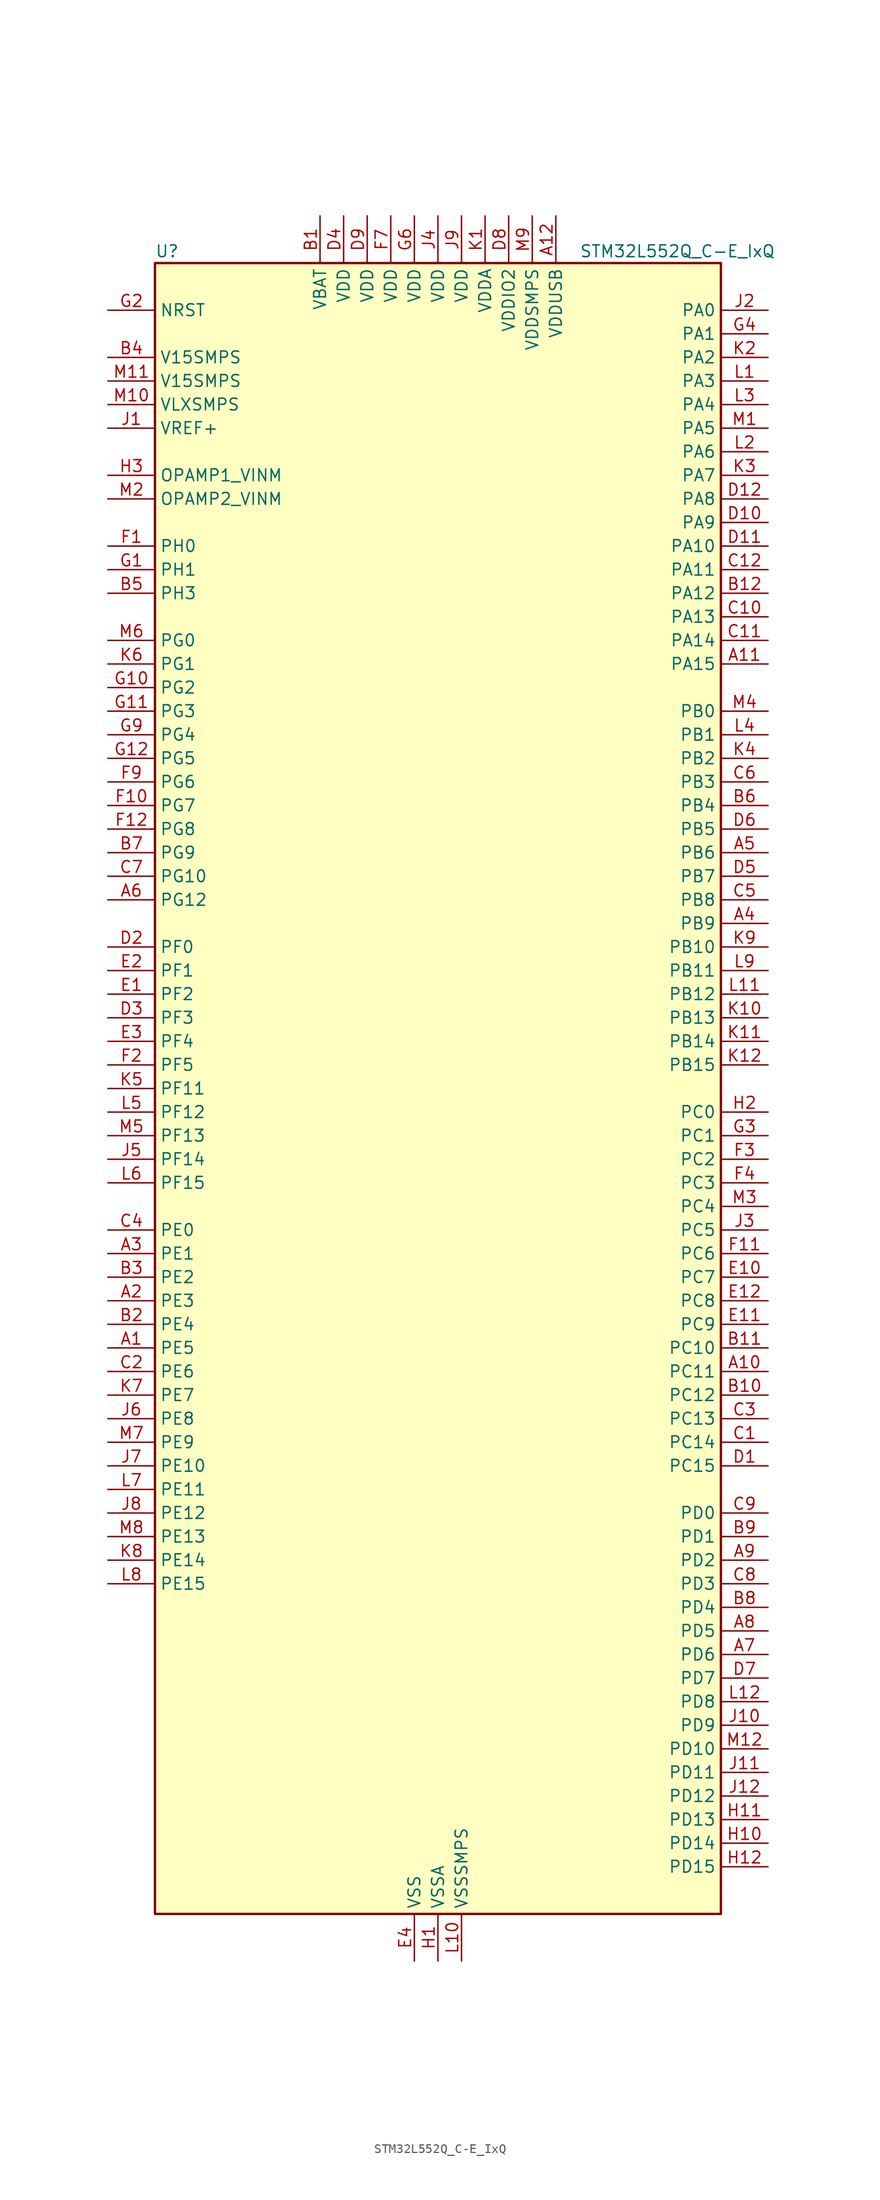
<source format=kicad_sym>
(kicad_symbol_lib
  (version 20241209)
  (generator "kicad_symbol_editor")
  (generator_version "9.0")
  (symbol "STM32L552Q_C-E_IxQ"
    (property "Reference" "U"
      (at -30.48 90.17 0)
      (effects (font (size 1.27 1.27)) (justify left)))
    (property "Value" "STM32L552Q_C-E_IxQ"
      (at 15.24 90.17 0)
      (effects (font (size 1.27 1.27)) (justify left)))
    (symbol "STM32L552Q_C-E_IxQ_0_1"
      (rectangle (start -30.48 -88.9) (end 30.48 88.9) (stroke (width 0.254) (type default)) (fill (type background))))
    (symbol "STM32L552Q_C-E_IxQ_1_1"
      (pin input line (at -35.56 83.82 0) (length 5.08) (name "NRST" (effects (font (size 1.27 1.27)))) (number "G2" (effects (font (size 1.27 1.27)))))
      (pin power_in line (at -35.56 78.74 0) (length 5.08) (name "V15SMPS" (effects (font (size 1.27 1.27)))) (number "B4" (effects (font (size 1.27 1.27)))))
      (pin power_in line (at -35.56 76.2 0) (length 5.08) (name "V15SMPS" (effects (font (size 1.27 1.27)))) (number "M11" (effects (font (size 1.27 1.27)))))
      (pin power_in line (at -35.56 73.66 0) (length 5.08) (name "VLXSMPS" (effects (font (size 1.27 1.27)))) (number "M10" (effects (font (size 1.27 1.27)))))
      (pin input line (at -35.56 71.12 0) (length 5.08) (name "VREF+" (effects (font (size 1.27 1.27)))) (number "J1" (effects (font (size 1.27 1.27)))) (alternate "VREFBUF_OUT" bidirectional line))
      (pin bidirectional line (at -35.56 66.04 0) (length 5.08) (name "OPAMP1_VINM" (effects (font (size 1.27 1.27)))) (number "H3" (effects (font (size 1.27 1.27)))) (alternate "OPAMP1_VINM" bidirectional line))
      (pin bidirectional line (at -35.56 63.5 0) (length 5.08) (name "OPAMP2_VINM" (effects (font (size 1.27 1.27)))) (number "M2" (effects (font (size 1.27 1.27)))) (alternate "OPAMP2_VINM" bidirectional line))
      (pin bidirectional line (at -35.56 58.42 0) (length 5.08) (name "PH0" (effects (font (size 1.27 1.27)))) (number "F1" (effects (font (size 1.27 1.27)))) (alternate "RCC_OSC_IN" bidirectional line))
      (pin bidirectional line (at -35.56 55.88 0) (length 5.08) (name "PH1" (effects (font (size 1.27 1.27)))) (number "G1" (effects (font (size 1.27 1.27)))) (alternate "RCC_OSC_OUT" bidirectional line))
      (pin bidirectional line (at -35.56 53.34 0) (length 5.08) (name "PH3" (effects (font (size 1.27 1.27)))) (number "B5" (effects (font (size 1.27 1.27)))))
      (pin bidirectional line (at -35.56 48.26 0) (length 5.08) (name "PG0" (effects (font (size 1.27 1.27)))) (number "M6" (effects (font (size 1.27 1.27)))) (alternate "FMC_A10" bidirectional line) (alternate "TSC_G8_IO3" bidirectional line))
      (pin bidirectional line (at -35.56 45.72 0) (length 5.08) (name "PG1" (effects (font (size 1.27 1.27)))) (number "K6" (effects (font (size 1.27 1.27)))) (alternate "FMC_A11" bidirectional line) (alternate "TSC_G8_IO4" bidirectional line))
      (pin bidirectional line (at -35.56 43.18 0) (length 5.08) (name "PG2" (effects (font (size 1.27 1.27)))) (number "G10" (effects (font (size 1.27 1.27)))) (alternate "FMC_A12" bidirectional line) (alternate "SAI2_SCK_B" bidirectional line) (alternate "SPI1_SCK" bidirectional line))
      (pin bidirectional line (at -35.56 40.64 0) (length 5.08) (name "PG3" (effects (font (size 1.27 1.27)))) (number "G11" (effects (font (size 1.27 1.27)))) (alternate "FMC_A13" bidirectional line) (alternate "SAI2_FS_B" bidirectional line) (alternate "SPI1_MISO" bidirectional line))
      (pin bidirectional line (at -35.56 38.1 0) (length 5.08) (name "PG4" (effects (font (size 1.27 1.27)))) (number "G9" (effects (font (size 1.27 1.27)))) (alternate "FMC_A14" bidirectional line) (alternate "SAI2_MCLK_B" bidirectional line) (alternate "SPI1_MOSI" bidirectional line))
      (pin bidirectional line (at -35.56 35.56 0) (length 5.08) (name "PG5" (effects (font (size 1.27 1.27)))) (number "G12" (effects (font (size 1.27 1.27)))) (alternate "FMC_A15" bidirectional line) (alternate "LPUART1_CTS" bidirectional line) (alternate "SAI2_SD_B" bidirectional line) (alternate "SPI1_NSS" bidirectional line))
      (pin bidirectional line (at -35.56 33.02 0) (length 5.08) (name "PG6" (effects (font (size 1.27 1.27)))) (number "F9" (effects (font (size 1.27 1.27)))) (alternate "I2C3_SMBA" bidirectional line) (alternate "LPUART1_DE" bidirectional line) (alternate "LPUART1_RTS" bidirectional line) (alternate "OCTOSPI1_DQS" bidirectional line) (alternate "UCPD1_FRSTX1" bidirectional line))
      (pin bidirectional line (at -35.56 30.48 0) (length 5.08) (name "PG7" (effects (font (size 1.27 1.27)))) (number "F10" (effects (font (size 1.27 1.27)))) (alternate "DFSDM1_CKOUT" bidirectional line) (alternate "FMC_INT" bidirectional line) (alternate "I2C3_SCL" bidirectional line) (alternate "LPUART1_TX" bidirectional line) (alternate "SAI1_CK1" bidirectional line) (alternate "SAI1_MCLK_A" bidirectional line) (alternate "UCPD1_FRSTX2" bidirectional line))
      (pin bidirectional line (at -35.56 27.94 0) (length 5.08) (name "PG8" (effects (font (size 1.27 1.27)))) (number "F12" (effects (font (size 1.27 1.27)))) (alternate "I2C3_SDA" bidirectional line) (alternate "LPUART1_RX" bidirectional line))
      (pin bidirectional line (at -35.56 25.4 0) (length 5.08) (name "PG9" (effects (font (size 1.27 1.27)))) (number "B7" (effects (font (size 1.27 1.27)))) (alternate "DAC1_EXTI9" bidirectional line) (alternate "FMC_NCE" bidirectional line) (alternate "FMC_NE2" bidirectional line) (alternate "SAI2_SCK_A" bidirectional line) (alternate "SPI3_SCK" bidirectional line) (alternate "TIM15_CH1N" bidirectional line) (alternate "USART1_TX" bidirectional line))
      (pin bidirectional line (at -35.56 22.86 0) (length 5.08) (name "PG10" (effects (font (size 1.27 1.27)))) (number "C7" (effects (font (size 1.27 1.27)))) (alternate "FMC_NE3" bidirectional line) (alternate "LPTIM1_IN1" bidirectional line) (alternate "SAI2_FS_A" bidirectional line) (alternate "SPI3_MISO" bidirectional line) (alternate "TIM15_CH1" bidirectional line) (alternate "USART1_RX" bidirectional line))
      (pin bidirectional line (at -35.56 20.32 0) (length 5.08) (name "PG12" (effects (font (size 1.27 1.27)))) (number "A6" (effects (font (size 1.27 1.27)))) (alternate "FMC_NE4" bidirectional line) (alternate "LPTIM1_ETR" bidirectional line) (alternate "SAI2_SD_A" bidirectional line) (alternate "SPI3_NSS" bidirectional line) (alternate "USART1_DE" bidirectional line) (alternate "USART1_RTS" bidirectional line))
      (pin bidirectional line (at -35.56 15.24 0) (length 5.08) (name "PF0" (effects (font (size 1.27 1.27)))) (number "D2" (effects (font (size 1.27 1.27)))) (alternate "FMC_A0" bidirectional line) (alternate "I2C2_SDA" bidirectional line))
      (pin bidirectional line (at -35.56 12.7 0) (length 5.08) (name "PF1" (effects (font (size 1.27 1.27)))) (number "E2" (effects (font (size 1.27 1.27)))) (alternate "FMC_A1" bidirectional line) (alternate "I2C2_SCL" bidirectional line))
      (pin bidirectional line (at -35.56 10.16 0) (length 5.08) (name "PF2" (effects (font (size 1.27 1.27)))) (number "E1" (effects (font (size 1.27 1.27)))) (alternate "FMC_A2" bidirectional line) (alternate "I2C2_SMBA" bidirectional line))
      (pin bidirectional line (at -35.56 7.62 0) (length 5.08) (name "PF3" (effects (font (size 1.27 1.27)))) (number "D3" (effects (font (size 1.27 1.27)))) (alternate "FMC_A3" bidirectional line) (alternate "LPTIM3_IN1" bidirectional line))
      (pin bidirectional line (at -35.56 5.08 0) (length 5.08) (name "PF4" (effects (font (size 1.27 1.27)))) (number "E3" (effects (font (size 1.27 1.27)))) (alternate "FMC_A4" bidirectional line) (alternate "LPTIM3_ETR" bidirectional line))
      (pin bidirectional line (at -35.56 2.54 0) (length 5.08) (name "PF5" (effects (font (size 1.27 1.27)))) (number "F2" (effects (font (size 1.27 1.27)))) (alternate "FMC_A5" bidirectional line) (alternate "LPTIM3_OUT" bidirectional line))
      (pin bidirectional line (at -35.56 0 0) (length 5.08) (name "PF11" (effects (font (size 1.27 1.27)))) (number "K5" (effects (font (size 1.27 1.27)))) (alternate "ADC1_EXTI11" bidirectional line) (alternate "ADC2_EXTI11" bidirectional line) (alternate "OCTOSPI1_NCLK" bidirectional line))
      (pin bidirectional line (at -35.56 -2.54 0) (length 5.08) (name "PF12" (effects (font (size 1.27 1.27)))) (number "L5" (effects (font (size 1.27 1.27)))) (alternate "FMC_A6" bidirectional line))
      (pin bidirectional line (at -35.56 -5.08 0) (length 5.08) (name "PF13" (effects (font (size 1.27 1.27)))) (number "M5" (effects (font (size 1.27 1.27)))) (alternate "FMC_A7" bidirectional line) (alternate "I2C4_SMBA" bidirectional line))
      (pin bidirectional line (at -35.56 -7.62 0) (length 5.08) (name "PF14" (effects (font (size 1.27 1.27)))) (number "J5" (effects (font (size 1.27 1.27)))) (alternate "FMC_A8" bidirectional line) (alternate "I2C4_SCL" bidirectional line) (alternate "TSC_G8_IO1" bidirectional line))
      (pin bidirectional line (at -35.56 -10.16 0) (length 5.08) (name "PF15" (effects (font (size 1.27 1.27)))) (number "L6" (effects (font (size 1.27 1.27)))) (alternate "ADC1_EXTI15" bidirectional line) (alternate "ADC2_EXTI15" bidirectional line) (alternate "FMC_A9" bidirectional line) (alternate "I2C4_SDA" bidirectional line) (alternate "TSC_G8_IO2" bidirectional line))
      (pin bidirectional line (at -35.56 -15.24 0) (length 5.08) (name "PE0" (effects (font (size 1.27 1.27)))) (number "C4" (effects (font (size 1.27 1.27)))) (alternate "FMC_NBL0" bidirectional line) (alternate "TIM16_CH1" bidirectional line) (alternate "TIM4_ETR" bidirectional line))
      (pin bidirectional line (at -35.56 -17.78 0) (length 5.08) (name "PE1" (effects (font (size 1.27 1.27)))) (number "A3" (effects (font (size 1.27 1.27)))) (alternate "FMC_NBL1" bidirectional line) (alternate "TIM17_CH1" bidirectional line))
      (pin bidirectional line (at -35.56 -20.32 0) (length 5.08) (name "PE2" (effects (font (size 1.27 1.27)))) (number "B3" (effects (font (size 1.27 1.27)))) (alternate "DEBUG_TRACECLK" bidirectional line) (alternate "FMC_A23" bidirectional line) (alternate "SAI1_CK1" bidirectional line) (alternate "SAI1_MCLK_A" bidirectional line) (alternate "TIM3_ETR" bidirectional line) (alternate "TSC_G7_IO1" bidirectional line))
      (pin bidirectional line (at -35.56 -22.86 0) (length 5.08) (name "PE3" (effects (font (size 1.27 1.27)))) (number "A2" (effects (font (size 1.27 1.27)))) (alternate "DEBUG_TRACED0" bidirectional line) (alternate "FMC_A19" bidirectional line) (alternate "OCTOSPI1_DQS" bidirectional line) (alternate "SAI1_SD_B" bidirectional line) (alternate "TIM3_CH1" bidirectional line) (alternate "TSC_G7_IO2" bidirectional line))
      (pin bidirectional line (at -35.56 -25.4 0) (length 5.08) (name "PE4" (effects (font (size 1.27 1.27)))) (number "B2" (effects (font (size 1.27 1.27)))) (alternate "DEBUG_TRACED1" bidirectional line) (alternate "DFSDM1_DATIN3" bidirectional line) (alternate "FMC_A20" bidirectional line) (alternate "SAI1_D2" bidirectional line) (alternate "SAI1_FS_A" bidirectional line) (alternate "TIM3_CH2" bidirectional line) (alternate "TSC_G7_IO3" bidirectional line))
      (pin bidirectional line (at -35.56 -27.94 0) (length 5.08) (name "PE5" (effects (font (size 1.27 1.27)))) (number "A1" (effects (font (size 1.27 1.27)))) (alternate "DEBUG_TRACED2" bidirectional line) (alternate "DFSDM1_CKIN3" bidirectional line) (alternate "FMC_A21" bidirectional line) (alternate "SAI1_CK2" bidirectional line) (alternate "SAI1_SCK_A" bidirectional line) (alternate "TIM3_CH3" bidirectional line) (alternate "TSC_G7_IO4" bidirectional line))
      (pin bidirectional line (at -35.56 -30.48 0) (length 5.08) (name "PE6" (effects (font (size 1.27 1.27)))) (number "C2" (effects (font (size 1.27 1.27)))) (alternate "DEBUG_TRACED3" bidirectional line) (alternate "FMC_A22" bidirectional line) (alternate "PWR_WKUP3" bidirectional line) (alternate "SAI1_D1" bidirectional line) (alternate "SAI1_SD_A" bidirectional line) (alternate "TAMP_IN3" bidirectional line) (alternate "TAMP_OUT6" bidirectional line) (alternate "TIM3_CH4" bidirectional line))
      (pin bidirectional line (at -35.56 -33.02 0) (length 5.08) (name "PE7" (effects (font (size 1.27 1.27)))) (number "K7" (effects (font (size 1.27 1.27)))) (alternate "DFSDM1_DATIN2" bidirectional line) (alternate "FMC_D4" bidirectional line) (alternate "FMC_DA4" bidirectional line) (alternate "SAI1_SD_B" bidirectional line) (alternate "TIM1_ETR" bidirectional line))
      (pin bidirectional line (at -35.56 -35.56 0) (length 5.08) (name "PE8" (effects (font (size 1.27 1.27)))) (number "J6" (effects (font (size 1.27 1.27)))) (alternate "DFSDM1_CKIN2" bidirectional line) (alternate "FMC_D5" bidirectional line) (alternate "FMC_DA5" bidirectional line) (alternate "SAI1_SCK_B" bidirectional line) (alternate "TIM1_CH1N" bidirectional line))
      (pin bidirectional line (at -35.56 -38.1 0) (length 5.08) (name "PE9" (effects (font (size 1.27 1.27)))) (number "M7" (effects (font (size 1.27 1.27)))) (alternate "DAC1_EXTI9" bidirectional line) (alternate "DFSDM1_CKOUT" bidirectional line) (alternate "FMC_D6" bidirectional line) (alternate "FMC_DA6" bidirectional line) (alternate "OCTOSPI1_NCLK" bidirectional line) (alternate "SAI1_FS_B" bidirectional line) (alternate "TIM1_CH1" bidirectional line))
      (pin bidirectional line (at -35.56 -40.64 0) (length 5.08) (name "PE10" (effects (font (size 1.27 1.27)))) (number "J7" (effects (font (size 1.27 1.27)))) (alternate "FMC_D7" bidirectional line) (alternate "FMC_DA7" bidirectional line) (alternate "OCTOSPI1_CLK" bidirectional line) (alternate "SAI1_MCLK_B" bidirectional line) (alternate "TIM1_CH2N" bidirectional line) (alternate "TSC_G5_IO1" bidirectional line))
      (pin bidirectional line (at -35.56 -43.18 0) (length 5.08) (name "PE11" (effects (font (size 1.27 1.27)))) (number "L7" (effects (font (size 1.27 1.27)))) (alternate "ADC1_EXTI11" bidirectional line) (alternate "ADC2_EXTI11" bidirectional line) (alternate "FMC_D8" bidirectional line) (alternate "FMC_DA8" bidirectional line) (alternate "OCTOSPI1_NCS" bidirectional line) (alternate "TIM1_CH2" bidirectional line) (alternate "TSC_G5_IO2" bidirectional line))
      (pin bidirectional line (at -35.56 -45.72 0) (length 5.08) (name "PE12" (effects (font (size 1.27 1.27)))) (number "J8" (effects (font (size 1.27 1.27)))) (alternate "FMC_D9" bidirectional line) (alternate "FMC_DA9" bidirectional line) (alternate "OCTOSPI1_IO0" bidirectional line) (alternate "SPI1_NSS" bidirectional line) (alternate "TIM1_CH3N" bidirectional line) (alternate "TSC_G5_IO3" bidirectional line))
      (pin bidirectional line (at -35.56 -48.26 0) (length 5.08) (name "PE13" (effects (font (size 1.27 1.27)))) (number "M8" (effects (font (size 1.27 1.27)))) (alternate "FMC_D10" bidirectional line) (alternate "FMC_DA10" bidirectional line) (alternate "OCTOSPI1_IO1" bidirectional line) (alternate "SPI1_SCK" bidirectional line) (alternate "TIM1_CH3" bidirectional line) (alternate "TSC_G5_IO4" bidirectional line))
      (pin bidirectional line (at -35.56 -50.8 0) (length 5.08) (name "PE14" (effects (font (size 1.27 1.27)))) (number "K8" (effects (font (size 1.27 1.27)))) (alternate "FMC_D11" bidirectional line) (alternate "FMC_DA11" bidirectional line) (alternate "OCTOSPI1_IO2" bidirectional line) (alternate "SPI1_MISO" bidirectional line) (alternate "TIM1_BKIN2" bidirectional line) (alternate "TIM1_CH4" bidirectional line))
      (pin bidirectional line (at -35.56 -53.34 0) (length 5.08) (name "PE15" (effects (font (size 1.27 1.27)))) (number "L8" (effects (font (size 1.27 1.27)))) (alternate "ADC1_EXTI15" bidirectional line) (alternate "ADC2_EXTI15" bidirectional line) (alternate "FMC_D12" bidirectional line) (alternate "FMC_DA12" bidirectional line) (alternate "OCTOSPI1_IO3" bidirectional line) (alternate "SPI1_MOSI" bidirectional line) (alternate "TIM1_BKIN" bidirectional line))
      (pin power_in line (at -12.7 93.98 270) (length 5.08) (name "VBAT" (effects (font (size 1.27 1.27)))) (number "B1" (effects (font (size 1.27 1.27)))))
      (pin power_in line (at -10.16 93.98 270) (length 5.08) (name "VDD" (effects (font (size 1.27 1.27)))) (number "D4" (effects (font (size 1.27 1.27)))))
      (pin power_in line (at -7.62 93.98 270) (length 5.08) (name "VDD" (effects (font (size 1.27 1.27)))) (number "D9" (effects (font (size 1.27 1.27)))))
      (pin power_in line (at -5.08 93.98 270) (length 5.08) (name "VDD" (effects (font (size 1.27 1.27)))) (number "F7" (effects (font (size 1.27 1.27)))))
      (pin power_in line (at -2.54 93.98 270) (length 5.08) (name "VDD" (effects (font (size 1.27 1.27)))) (number "G6" (effects (font (size 1.27 1.27)))))
      (pin power_in line (at -2.54 -93.98 90) (length 5.08) (name "VSS" (effects (font (size 1.27 1.27)))) (number "E4" (effects (font (size 1.27 1.27)))))
      (pin passive line (at -2.54 -93.98 90) (length 5.08) (hide yes) (name "VSS" (effects (font (size 1.27 1.27)))) (number "E9" (effects (font (size 1.27 1.27)))))
      (pin passive line (at -2.54 -93.98 90) (length 5.08) (hide yes) (name "VSS" (effects (font (size 1.27 1.27)))) (number "F6" (effects (font (size 1.27 1.27)))))
      (pin passive line (at -2.54 -93.98 90) (length 5.08) (hide yes) (name "VSS" (effects (font (size 1.27 1.27)))) (number "G7" (effects (font (size 1.27 1.27)))))
      (pin passive line (at -2.54 -93.98 90) (length 5.08) (hide yes) (name "VSS" (effects (font (size 1.27 1.27)))) (number "H4" (effects (font (size 1.27 1.27)))))
      (pin passive line (at -2.54 -93.98 90) (length 5.08) (hide yes) (name "VSS" (effects (font (size 1.27 1.27)))) (number "H9" (effects (font (size 1.27 1.27)))))
      (pin power_in line (at 0 93.98 270) (length 5.08) (name "VDD" (effects (font (size 1.27 1.27)))) (number "J4" (effects (font (size 1.27 1.27)))))
      (pin power_in line (at 0 -93.98 90) (length 5.08) (name "VSSA" (effects (font (size 1.27 1.27)))) (number "H1" (effects (font (size 1.27 1.27)))))
      (pin power_in line (at 2.54 93.98 270) (length 5.08) (name "VDD" (effects (font (size 1.27 1.27)))) (number "J9" (effects (font (size 1.27 1.27)))))
      (pin power_in line (at 2.54 -93.98 90) (length 5.08) (name "VSSSMPS" (effects (font (size 1.27 1.27)))) (number "L10" (effects (font (size 1.27 1.27)))))
      (pin power_in line (at 5.08 93.98 270) (length 5.08) (name "VDDA" (effects (font (size 1.27 1.27)))) (number "K1" (effects (font (size 1.27 1.27)))))
      (pin power_in line (at 7.62 93.98 270) (length 5.08) (name "VDDIO2" (effects (font (size 1.27 1.27)))) (number "D8" (effects (font (size 1.27 1.27)))))
      (pin power_in line (at 10.16 93.98 270) (length 5.08) (name "VDDSMPS" (effects (font (size 1.27 1.27)))) (number "M9" (effects (font (size 1.27 1.27)))))
      (pin power_in line (at 12.7 93.98 270) (length 5.08) (name "VDDUSB" (effects (font (size 1.27 1.27)))) (number "A12" (effects (font (size 1.27 1.27)))))
      (pin bidirectional line (at 35.56 83.82 180) (length 5.08) (name "PA0" (effects (font (size 1.27 1.27)))) (number "J2" (effects (font (size 1.27 1.27)))) (alternate "ADC1_IN5" bidirectional line) (alternate "ADC2_IN5" bidirectional line) (alternate "OPAMP1_VINP" bidirectional line) (alternate "PWR_WKUP1" bidirectional line) (alternate "SAI1_EXTCLK" bidirectional line) (alternate "TAMP_IN2" bidirectional line) (alternate "TAMP_OUT1" bidirectional line) (alternate "TIM2_CH1" bidirectional line) (alternate "TIM2_ETR" bidirectional line) (alternate "TIM5_CH1" bidirectional line) (alternate "TIM8_ETR" bidirectional line) (alternate "UART4_TX" bidirectional line) (alternate "USART2_CTS" bidirectional line) (alternate "USART2_NSS" bidirectional line))
      (pin bidirectional line (at 35.56 81.28 180) (length 5.08) (name "PA1" (effects (font (size 1.27 1.27)))) (number "G4" (effects (font (size 1.27 1.27)))) (alternate "ADC1_IN6" bidirectional line) (alternate "ADC2_IN6" bidirectional line) (alternate "I2C1_SMBA" bidirectional line) (alternate "OCTOSPI1_DQS" bidirectional line) (alternate "OPAMP1_VINM" bidirectional line) (alternate "SPI1_SCK" bidirectional line) (alternate "TAMP_IN5" bidirectional line) (alternate "TAMP_OUT4" bidirectional line) (alternate "TIM15_CH1N" bidirectional line) (alternate "TIM2_CH2" bidirectional line) (alternate "TIM5_CH2" bidirectional line) (alternate "UART4_RX" bidirectional line) (alternate "USART2_DE" bidirectional line) (alternate "USART2_RTS" bidirectional line))
      (pin bidirectional line (at 35.56 78.74 180) (length 5.08) (name "PA2" (effects (font (size 1.27 1.27)))) (number "K2" (effects (font (size 1.27 1.27)))) (alternate "ADC1_IN7" bidirectional line) (alternate "ADC2_IN7" bidirectional line) (alternate "COMP1_INP" bidirectional line) (alternate "LPUART1_TX" bidirectional line) (alternate "OCTOSPI1_NCS" bidirectional line) (alternate "PWR_WKUP4" bidirectional line) (alternate "RCC_LSCO" bidirectional line) (alternate "SAI2_EXTCLK" bidirectional line) (alternate "TIM15_CH1" bidirectional line) (alternate "TIM2_CH3" bidirectional line) (alternate "TIM5_CH3" bidirectional line) (alternate "UCPD1_FRSTX1" bidirectional line) (alternate "USART2_TX" bidirectional line))
      (pin bidirectional line (at 35.56 76.2 180) (length 5.08) (name "PA3" (effects (font (size 1.27 1.27)))) (number "L1" (effects (font (size 1.27 1.27)))) (alternate "ADC1_IN8" bidirectional line) (alternate "ADC2_IN8" bidirectional line) (alternate "LPUART1_RX" bidirectional line) (alternate "OCTOSPI1_CLK" bidirectional line) (alternate "OPAMP1_VOUT" bidirectional line) (alternate "SAI1_CK1" bidirectional line) (alternate "SAI1_MCLK_A" bidirectional line) (alternate "TIM15_CH2" bidirectional line) (alternate "TIM2_CH4" bidirectional line) (alternate "TIM5_CH4" bidirectional line) (alternate "USART2_RX" bidirectional line))
      (pin bidirectional line (at 35.56 73.66 180) (length 5.08) (name "PA4" (effects (font (size 1.27 1.27)))) (number "L3" (effects (font (size 1.27 1.27)))) (alternate "ADC1_IN9" bidirectional line) (alternate "ADC2_IN9" bidirectional line) (alternate "DAC1_OUT1" bidirectional line) (alternate "LPTIM2_OUT" bidirectional line) (alternate "OCTOSPI1_NCS" bidirectional line) (alternate "SAI1_FS_B" bidirectional line) (alternate "SPI1_NSS" bidirectional line) (alternate "SPI3_NSS" bidirectional line) (alternate "USART2_CK" bidirectional line))
      (pin bidirectional line (at 35.56 71.12 180) (length 5.08) (name "PA5" (effects (font (size 1.27 1.27)))) (number "M1" (effects (font (size 1.27 1.27)))) (alternate "ADC1_IN10" bidirectional line) (alternate "ADC2_IN10" bidirectional line) (alternate "DAC1_OUT2" bidirectional line) (alternate "LPTIM2_ETR" bidirectional line) (alternate "SPI1_SCK" bidirectional line) (alternate "TIM2_CH1" bidirectional line) (alternate "TIM2_ETR" bidirectional line) (alternate "TIM8_CH1N" bidirectional line))
      (pin bidirectional line (at 35.56 68.58 180) (length 5.08) (name "PA6" (effects (font (size 1.27 1.27)))) (number "L2" (effects (font (size 1.27 1.27)))) (alternate "ADC1_IN11" bidirectional line) (alternate "ADC2_IN11" bidirectional line) (alternate "LPUART1_CTS" bidirectional line) (alternate "OCTOSPI1_IO3" bidirectional line) (alternate "OPAMP2_VINP" bidirectional line) (alternate "SPI1_MISO" bidirectional line) (alternate "TIM16_CH1" bidirectional line) (alternate "TIM1_BKIN" bidirectional line) (alternate "TIM3_CH1" bidirectional line) (alternate "TIM8_BKIN" bidirectional line) (alternate "USART3_CTS" bidirectional line) (alternate "USART3_NSS" bidirectional line))
      (pin bidirectional line (at 35.56 66.04 180) (length 5.08) (name "PA7" (effects (font (size 1.27 1.27)))) (number "K3" (effects (font (size 1.27 1.27)))) (alternate "ADC1_IN12" bidirectional line) (alternate "ADC2_IN12" bidirectional line) (alternate "I2C3_SCL" bidirectional line) (alternate "OCTOSPI1_IO2" bidirectional line) (alternate "OPAMP2_VINM" bidirectional line) (alternate "SPI1_MOSI" bidirectional line) (alternate "TIM17_CH1" bidirectional line) (alternate "TIM1_CH1N" bidirectional line) (alternate "TIM3_CH2" bidirectional line) (alternate "TIM8_CH1N" bidirectional line))
      (pin bidirectional line (at 35.56 63.5 180) (length 5.08) (name "PA8" (effects (font (size 1.27 1.27)))) (number "D12" (effects (font (size 1.27 1.27)))) (alternate "LPTIM2_OUT" bidirectional line) (alternate "RCC_MCO" bidirectional line) (alternate "SAI1_CK2" bidirectional line) (alternate "SAI1_SCK_A" bidirectional line) (alternate "TIM1_CH1" bidirectional line) (alternate "USART1_CK" bidirectional line))
      (pin bidirectional line (at 35.56 60.96 180) (length 5.08) (name "PA9" (effects (font (size 1.27 1.27)))) (number "D10" (effects (font (size 1.27 1.27)))) (alternate "DAC1_EXTI9" bidirectional line) (alternate "SAI1_FS_A" bidirectional line) (alternate "SPI2_SCK" bidirectional line) (alternate "TIM15_BKIN" bidirectional line) (alternate "TIM1_CH2" bidirectional line) (alternate "USART1_TX" bidirectional line))
      (pin bidirectional line (at 35.56 58.42 180) (length 5.08) (name "PA10" (effects (font (size 1.27 1.27)))) (number "D11" (effects (font (size 1.27 1.27)))) (alternate "CRS_SYNC" bidirectional line) (alternate "SAI1_D1" bidirectional line) (alternate "SAI1_SD_A" bidirectional line) (alternate "TIM17_BKIN" bidirectional line) (alternate "TIM1_CH3" bidirectional line) (alternate "USART1_RX" bidirectional line))
      (pin bidirectional line (at 35.56 55.88 180) (length 5.08) (name "PA11" (effects (font (size 1.27 1.27)))) (number "C12" (effects (font (size 1.27 1.27)))) (alternate "ADC1_EXTI11" bidirectional line) (alternate "ADC2_EXTI11" bidirectional line) (alternate "FDCAN1_RX" bidirectional line) (alternate "SPI1_MISO" bidirectional line) (alternate "TIM1_BKIN2" bidirectional line) (alternate "TIM1_CH4" bidirectional line) (alternate "USART1_CTS" bidirectional line) (alternate "USART1_NSS" bidirectional line) (alternate "USB_DM" bidirectional line))
      (pin bidirectional line (at 35.56 53.34 180) (length 5.08) (name "PA12" (effects (font (size 1.27 1.27)))) (number "B12" (effects (font (size 1.27 1.27)))) (alternate "FDCAN1_TX" bidirectional line) (alternate "SPI1_MOSI" bidirectional line) (alternate "TIM1_ETR" bidirectional line) (alternate "USART1_DE" bidirectional line) (alternate "USART1_RTS" bidirectional line) (alternate "USB_DP" bidirectional line))
      (pin bidirectional line (at 35.56 50.8 180) (length 5.08) (name "PA13" (effects (font (size 1.27 1.27)))) (number "C10" (effects (font (size 1.27 1.27)))) (alternate "DEBUG_JTMS-SWDIO" bidirectional line) (alternate "IR_OUT" bidirectional line) (alternate "SAI1_SD_B" bidirectional line) (alternate "USB_NOE" bidirectional line))
      (pin bidirectional line (at 35.56 48.26 180) (length 5.08) (name "PA14" (effects (font (size 1.27 1.27)))) (number "C11" (effects (font (size 1.27 1.27)))) (alternate "DEBUG_JTCK-SWCLK" bidirectional line) (alternate "I2C1_SMBA" bidirectional line) (alternate "I2C4_SMBA" bidirectional line) (alternate "LPTIM1_OUT" bidirectional line) (alternate "SAI1_FS_B" bidirectional line))
      (pin bidirectional line (at 35.56 45.72 180) (length 5.08) (name "PA15" (effects (font (size 1.27 1.27)))) (number "A11" (effects (font (size 1.27 1.27)))) (alternate "ADC1_EXTI15" bidirectional line) (alternate "ADC2_EXTI15" bidirectional line) (alternate "DEBUG_JTDI" bidirectional line) (alternate "SAI2_FS_B" bidirectional line) (alternate "SPI1_NSS" bidirectional line) (alternate "SPI3_NSS" bidirectional line) (alternate "TIM2_CH1" bidirectional line) (alternate "TIM2_ETR" bidirectional line) (alternate "UART4_DE" bidirectional line) (alternate "UART4_RTS" bidirectional line) (alternate "UCPD1_CC1" bidirectional line) (alternate "USART2_RX" bidirectional line) (alternate "USART3_DE" bidirectional line) (alternate "USART3_RTS" bidirectional line))
      (pin bidirectional line (at 35.56 40.64 180) (length 5.08) (name "PB0" (effects (font (size 1.27 1.27)))) (number "M4" (effects (font (size 1.27 1.27)))) (alternate "ADC1_IN15" bidirectional line) (alternate "ADC2_IN15" bidirectional line) (alternate "COMP1_OUT" bidirectional line) (alternate "OCTOSPI1_IO1" bidirectional line) (alternate "OPAMP2_VOUT" bidirectional line) (alternate "SAI1_EXTCLK" bidirectional line) (alternate "SPI1_NSS" bidirectional line) (alternate "TIM1_CH2N" bidirectional line) (alternate "TIM3_CH3" bidirectional line) (alternate "TIM8_CH2N" bidirectional line) (alternate "USART3_CK" bidirectional line))
      (pin bidirectional line (at 35.56 38.1 180) (length 5.08) (name "PB1" (effects (font (size 1.27 1.27)))) (number "L4" (effects (font (size 1.27 1.27)))) (alternate "ADC1_IN16" bidirectional line) (alternate "ADC2_IN16" bidirectional line) (alternate "COMP1_INM" bidirectional line) (alternate "DFSDM1_DATIN0" bidirectional line) (alternate "LPTIM2_IN1" bidirectional line) (alternate "LPUART1_DE" bidirectional line) (alternate "LPUART1_RTS" bidirectional line) (alternate "OCTOSPI1_IO0" bidirectional line) (alternate "TIM1_CH3N" bidirectional line) (alternate "TIM3_CH4" bidirectional line) (alternate "TIM8_CH3N" bidirectional line) (alternate "USART3_DE" bidirectional line) (alternate "USART3_RTS" bidirectional line))
      (pin bidirectional line (at 35.56 35.56 180) (length 5.08) (name "PB2" (effects (font (size 1.27 1.27)))) (number "K4" (effects (font (size 1.27 1.27)))) (alternate "COMP1_INP" bidirectional line) (alternate "DFSDM1_CKIN0" bidirectional line) (alternate "I2C3_SMBA" bidirectional line) (alternate "LPTIM1_OUT" bidirectional line) (alternate "OCTOSPI1_DQS" bidirectional line) (alternate "RTC_OUT2" bidirectional line) (alternate "UCPD1_FRSTX1" bidirectional line))
      (pin bidirectional line (at 35.56 33.02 180) (length 5.08) (name "PB3" (effects (font (size 1.27 1.27)))) (number "C6" (effects (font (size 1.27 1.27)))) (alternate "COMP2_INM" bidirectional line) (alternate "CRS_SYNC" bidirectional line) (alternate "DEBUG_JTDO-SWO" bidirectional line) (alternate "SAI1_SCK_B" bidirectional line) (alternate "SPI1_SCK" bidirectional line) (alternate "SPI3_SCK" bidirectional line) (alternate "TIM2_CH2" bidirectional line) (alternate "USART1_DE" bidirectional line) (alternate "USART1_RTS" bidirectional line))
      (pin bidirectional line (at 35.56 30.48 180) (length 5.08) (name "PB4" (effects (font (size 1.27 1.27)))) (number "B6" (effects (font (size 1.27 1.27)))) (alternate "COMP2_INP" bidirectional line) (alternate "DEBUG_JTRST" bidirectional line) (alternate "I2C3_SDA" bidirectional line) (alternate "SAI1_MCLK_B" bidirectional line) (alternate "SPI1_MISO" bidirectional line) (alternate "SPI3_MISO" bidirectional line) (alternate "TIM17_BKIN" bidirectional line) (alternate "TIM3_CH1" bidirectional line) (alternate "TSC_G2_IO1" bidirectional line) (alternate "UART5_DE" bidirectional line) (alternate "UART5_RTS" bidirectional line) (alternate "USART1_CTS" bidirectional line) (alternate "USART1_NSS" bidirectional line))
      (pin bidirectional line (at 35.56 27.94 180) (length 5.08) (name "PB5" (effects (font (size 1.27 1.27)))) (number "D6" (effects (font (size 1.27 1.27)))) (alternate "COMP2_OUT" bidirectional line) (alternate "I2C1_SMBA" bidirectional line) (alternate "LPTIM1_IN1" bidirectional line) (alternate "OCTOSPI1_NCLK" bidirectional line) (alternate "SAI1_SD_B" bidirectional line) (alternate "SPI1_MOSI" bidirectional line) (alternate "SPI3_MOSI" bidirectional line) (alternate "TIM16_BKIN" bidirectional line) (alternate "TIM3_CH2" bidirectional line) (alternate "TSC_G2_IO2" bidirectional line) (alternate "UART5_CTS" bidirectional line) (alternate "UCPD1_DBCC1" bidirectional line) (alternate "USART1_CK" bidirectional line))
      (pin bidirectional line (at 35.56 25.4 180) (length 5.08) (name "PB6" (effects (font (size 1.27 1.27)))) (number "A5" (effects (font (size 1.27 1.27)))) (alternate "COMP2_INP" bidirectional line) (alternate "I2C1_SCL" bidirectional line) (alternate "I2C4_SCL" bidirectional line) (alternate "LPTIM1_ETR" bidirectional line) (alternate "SAI1_FS_B" bidirectional line) (alternate "TIM16_CH1N" bidirectional line) (alternate "TIM4_CH1" bidirectional line) (alternate "TIM8_BKIN2" bidirectional line) (alternate "TSC_G2_IO3" bidirectional line) (alternate "USART1_TX" bidirectional line))
      (pin bidirectional line (at 35.56 22.86 180) (length 5.08) (name "PB7" (effects (font (size 1.27 1.27)))) (number "D5" (effects (font (size 1.27 1.27)))) (alternate "COMP2_INM" bidirectional line) (alternate "FMC_NL" bidirectional line) (alternate "I2C1_SDA" bidirectional line) (alternate "I2C4_SDA" bidirectional line) (alternate "LPTIM1_IN2" bidirectional line) (alternate "PWR_PVD_IN" bidirectional line) (alternate "TIM17_CH1N" bidirectional line) (alternate "TIM4_CH2" bidirectional line) (alternate "TIM8_BKIN" bidirectional line) (alternate "TSC_G2_IO4" bidirectional line) (alternate "UART4_CTS" bidirectional line) (alternate "USART1_RX" bidirectional line))
      (pin bidirectional line (at 35.56 20.32 180) (length 5.08) (name "PB8" (effects (font (size 1.27 1.27)))) (number "C5" (effects (font (size 1.27 1.27)))) (alternate "DFSDM1_CKOUT" bidirectional line) (alternate "FDCAN1_RX" bidirectional line) (alternate "I2C1_SCL" bidirectional line) (alternate "SAI1_CK1" bidirectional line) (alternate "SAI1_MCLK_A" bidirectional line) (alternate "SDMMC1_CKIN" bidirectional line) (alternate "SDMMC1_D4" bidirectional line) (alternate "TIM16_CH1" bidirectional line) (alternate "TIM4_CH3" bidirectional line))
      (pin bidirectional line (at 35.56 17.78 180) (length 5.08) (name "PB9" (effects (font (size 1.27 1.27)))) (number "A4" (effects (font (size 1.27 1.27)))) (alternate "DAC1_EXTI9" bidirectional line) (alternate "FDCAN1_TX" bidirectional line) (alternate "I2C1_SDA" bidirectional line) (alternate "IR_OUT" bidirectional line) (alternate "SAI1_D2" bidirectional line) (alternate "SAI1_FS_A" bidirectional line) (alternate "SDMMC1_CDIR" bidirectional line) (alternate "SDMMC1_D5" bidirectional line) (alternate "SPI2_NSS" bidirectional line) (alternate "TIM17_CH1" bidirectional line) (alternate "TIM4_CH4" bidirectional line))
      (pin bidirectional line (at 35.56 15.24 180) (length 5.08) (name "PB10" (effects (font (size 1.27 1.27)))) (number "K9" (effects (font (size 1.27 1.27)))) (alternate "COMP1_OUT" bidirectional line) (alternate "I2C2_SCL" bidirectional line) (alternate "I2C4_SCL" bidirectional line) (alternate "LPTIM3_OUT" bidirectional line) (alternate "LPUART1_RX" bidirectional line) (alternate "OCTOSPI1_CLK" bidirectional line) (alternate "SAI1_SCK_A" bidirectional line) (alternate "SPI2_SCK" bidirectional line) (alternate "TIM2_CH3" bidirectional line) (alternate "TSC_SYNC" bidirectional line) (alternate "USART3_TX" bidirectional line))
      (pin bidirectional line (at 35.56 12.7 180) (length 5.08) (name "PB11" (effects (font (size 1.27 1.27)))) (number "L9" (effects (font (size 1.27 1.27)))) (alternate "ADC1_EXTI11" bidirectional line) (alternate "ADC2_EXTI11" bidirectional line) (alternate "COMP2_OUT" bidirectional line) (alternate "I2C2_SDA" bidirectional line) (alternate "I2C4_SDA" bidirectional line) (alternate "LPUART1_TX" bidirectional line) (alternate "OCTOSPI1_NCS" bidirectional line) (alternate "TIM2_CH4" bidirectional line) (alternate "USART3_RX" bidirectional line))
      (pin bidirectional line (at 35.56 10.16 180) (length 5.08) (name "PB12" (effects (font (size 1.27 1.27)))) (number "L11" (effects (font (size 1.27 1.27)))) (alternate "DFSDM1_DATIN1" bidirectional line) (alternate "I2C2_SMBA" bidirectional line) (alternate "LPUART1_DE" bidirectional line) (alternate "LPUART1_RTS" bidirectional line) (alternate "OCTOSPI1_NCLK" bidirectional line) (alternate "SAI2_FS_A" bidirectional line) (alternate "SPI2_NSS" bidirectional line) (alternate "TIM15_BKIN" bidirectional line) (alternate "TIM1_BKIN" bidirectional line) (alternate "TSC_G1_IO1" bidirectional line) (alternate "USART3_CK" bidirectional line))
      (pin bidirectional line (at 35.56 7.62 180) (length 5.08) (name "PB13" (effects (font (size 1.27 1.27)))) (number "K10" (effects (font (size 1.27 1.27)))) (alternate "DFSDM1_CKIN1" bidirectional line) (alternate "I2C2_SCL" bidirectional line) (alternate "LPTIM3_IN1" bidirectional line) (alternate "LPUART1_CTS" bidirectional line) (alternate "SAI2_SCK_A" bidirectional line) (alternate "SPI2_SCK" bidirectional line) (alternate "TIM15_CH1N" bidirectional line) (alternate "TIM1_CH1N" bidirectional line) (alternate "TSC_G1_IO2" bidirectional line) (alternate "UCPD1_FRSTX2" bidirectional line) (alternate "USART3_CTS" bidirectional line) (alternate "USART3_NSS" bidirectional line))
      (pin bidirectional line (at 35.56 5.08 180) (length 5.08) (name "PB14" (effects (font (size 1.27 1.27)))) (number "K11" (effects (font (size 1.27 1.27)))) (alternate "DFSDM1_DATIN2" bidirectional line) (alternate "I2C2_SDA" bidirectional line) (alternate "LPTIM3_ETR" bidirectional line) (alternate "SAI2_MCLK_A" bidirectional line) (alternate "SPI2_MISO" bidirectional line) (alternate "TIM15_CH1" bidirectional line) (alternate "TIM1_CH2N" bidirectional line) (alternate "TIM8_CH2N" bidirectional line) (alternate "TSC_G1_IO3" bidirectional line) (alternate "UCPD1_DBCC2" bidirectional line) (alternate "USART3_DE" bidirectional line) (alternate "USART3_RTS" bidirectional line))
      (pin bidirectional line (at 35.56 2.54 180) (length 5.08) (name "PB15" (effects (font (size 1.27 1.27)))) (number "K12" (effects (font (size 1.27 1.27)))) (alternate "ADC1_EXTI15" bidirectional line) (alternate "ADC2_EXTI15" bidirectional line) (alternate "DFSDM1_CKIN2" bidirectional line) (alternate "RTC_REFIN" bidirectional line) (alternate "SAI2_SD_A" bidirectional line) (alternate "SPI2_MOSI" bidirectional line) (alternate "TIM15_CH2" bidirectional line) (alternate "TIM1_CH3N" bidirectional line) (alternate "TIM8_CH3N" bidirectional line) (alternate "UCPD1_CC2" bidirectional line))
      (pin bidirectional line (at 35.56 -2.54 180) (length 5.08) (name "PC0" (effects (font (size 1.27 1.27)))) (number "H2" (effects (font (size 1.27 1.27)))) (alternate "ADC1_IN1" bidirectional line) (alternate "ADC2_IN1" bidirectional line) (alternate "I2C3_SCL" bidirectional line) (alternate "LPTIM1_IN1" bidirectional line) (alternate "LPTIM2_IN1" bidirectional line) (alternate "LPUART1_RX" bidirectional line) (alternate "OCTOSPI1_IO7" bidirectional line) (alternate "SAI2_FS_A" bidirectional line) (alternate "SDMMC1_D5" bidirectional line))
      (pin bidirectional line (at 35.56 -5.08 180) (length 5.08) (name "PC1" (effects (font (size 1.27 1.27)))) (number "G3" (effects (font (size 1.27 1.27)))) (alternate "ADC1_IN2" bidirectional line) (alternate "ADC2_IN2" bidirectional line) (alternate "DEBUG_TRACED0" bidirectional line) (alternate "I2C3_SDA" bidirectional line) (alternate "LPTIM1_OUT" bidirectional line) (alternate "LPUART1_TX" bidirectional line) (alternate "OCTOSPI1_IO4" bidirectional line) (alternate "SAI1_SD_A" bidirectional line) (alternate "SPI2_MOSI" bidirectional line))
      (pin bidirectional line (at 35.56 -7.62 180) (length 5.08) (name "PC2" (effects (font (size 1.27 1.27)))) (number "F3" (effects (font (size 1.27 1.27)))) (alternate "ADC1_IN3" bidirectional line) (alternate "ADC2_IN3" bidirectional line) (alternate "DFSDM1_CKOUT" bidirectional line) (alternate "LPTIM1_IN2" bidirectional line) (alternate "OCTOSPI1_IO5" bidirectional line) (alternate "SPI2_MISO" bidirectional line))
      (pin bidirectional line (at 35.56 -10.16 180) (length 5.08) (name "PC3" (effects (font (size 1.27 1.27)))) (number "F4" (effects (font (size 1.27 1.27)))) (alternate "ADC1_IN4" bidirectional line) (alternate "ADC2_IN4" bidirectional line) (alternate "LPTIM1_ETR" bidirectional line) (alternate "LPTIM2_ETR" bidirectional line) (alternate "LPTIM3_OUT" bidirectional line) (alternate "OCTOSPI1_IO6" bidirectional line) (alternate "SAI1_D1" bidirectional line) (alternate "SAI1_SD_A" bidirectional line) (alternate "SPI2_MOSI" bidirectional line))
      (pin bidirectional line (at 35.56 -12.7 180) (length 5.08) (name "PC4" (effects (font (size 1.27 1.27)))) (number "M3" (effects (font (size 1.27 1.27)))) (alternate "ADC1_IN13" bidirectional line) (alternate "ADC2_IN13" bidirectional line) (alternate "COMP1_INM" bidirectional line) (alternate "OCTOSPI1_IO7" bidirectional line) (alternate "USART3_TX" bidirectional line))
      (pin bidirectional line (at 35.56 -15.24 180) (length 5.08) (name "PC5" (effects (font (size 1.27 1.27)))) (number "J3" (effects (font (size 1.27 1.27)))) (alternate "ADC1_IN14" bidirectional line) (alternate "ADC2_IN14" bidirectional line) (alternate "COMP1_INP" bidirectional line) (alternate "PWR_WKUP5" bidirectional line) (alternate "SAI1_D3" bidirectional line) (alternate "TAMP_IN4" bidirectional line) (alternate "TAMP_OUT5" bidirectional line) (alternate "USART3_RX" bidirectional line))
      (pin bidirectional line (at 35.56 -17.78 180) (length 5.08) (name "PC6" (effects (font (size 1.27 1.27)))) (number "F11" (effects (font (size 1.27 1.27)))) (alternate "DFSDM1_CKIN3" bidirectional line) (alternate "SAI2_MCLK_A" bidirectional line) (alternate "SDMMC1_D0DIR" bidirectional line) (alternate "SDMMC1_D6" bidirectional line) (alternate "TIM3_CH1" bidirectional line) (alternate "TIM8_CH1" bidirectional line) (alternate "TSC_G4_IO1" bidirectional line))
      (pin bidirectional line (at 35.56 -20.32 180) (length 5.08) (name "PC7" (effects (font (size 1.27 1.27)))) (number "E10" (effects (font (size 1.27 1.27)))) (alternate "DFSDM1_DATIN3" bidirectional line) (alternate "SAI2_MCLK_B" bidirectional line) (alternate "SDMMC1_D123DIR" bidirectional line) (alternate "SDMMC1_D7" bidirectional line) (alternate "TIM3_CH2" bidirectional line) (alternate "TIM8_CH2" bidirectional line) (alternate "TSC_G4_IO2" bidirectional line))
      (pin bidirectional line (at 35.56 -22.86 180) (length 5.08) (name "PC8" (effects (font (size 1.27 1.27)))) (number "E12" (effects (font (size 1.27 1.27)))) (alternate "SDMMC1_D0" bidirectional line) (alternate "TIM3_CH3" bidirectional line) (alternate "TIM8_CH3" bidirectional line) (alternate "TSC_G4_IO3" bidirectional line))
      (pin bidirectional line (at 35.56 -25.4 180) (length 5.08) (name "PC9" (effects (font (size 1.27 1.27)))) (number "E11" (effects (font (size 1.27 1.27)))) (alternate "DAC1_EXTI9" bidirectional line) (alternate "DEBUG_TRACED0" bidirectional line) (alternate "SAI2_EXTCLK" bidirectional line) (alternate "SDMMC1_D1" bidirectional line) (alternate "TIM3_CH4" bidirectional line) (alternate "TIM8_BKIN2" bidirectional line) (alternate "TIM8_CH4" bidirectional line) (alternate "TSC_G4_IO4" bidirectional line) (alternate "USB_NOE" bidirectional line))
      (pin bidirectional line (at 35.56 -27.94 180) (length 5.08) (name "PC10" (effects (font (size 1.27 1.27)))) (number "B11" (effects (font (size 1.27 1.27)))) (alternate "DEBUG_TRACED1" bidirectional line) (alternate "LPTIM3_ETR" bidirectional line) (alternate "SAI2_SCK_B" bidirectional line) (alternate "SDMMC1_D2" bidirectional line) (alternate "SPI3_SCK" bidirectional line) (alternate "TSC_G3_IO2" bidirectional line) (alternate "UART4_TX" bidirectional line) (alternate "USART3_TX" bidirectional line))
      (pin bidirectional line (at 35.56 -30.48 180) (length 5.08) (name "PC11" (effects (font (size 1.27 1.27)))) (number "A10" (effects (font (size 1.27 1.27)))) (alternate "ADC1_EXTI11" bidirectional line) (alternate "ADC2_EXTI11" bidirectional line) (alternate "LPTIM3_IN1" bidirectional line) (alternate "OCTOSPI1_NCS" bidirectional line) (alternate "SAI2_MCLK_B" bidirectional line) (alternate "SDMMC1_D3" bidirectional line) (alternate "SPI3_MISO" bidirectional line) (alternate "TSC_G3_IO3" bidirectional line) (alternate "UART4_RX" bidirectional line) (alternate "UCPD1_FRSTX2" bidirectional line) (alternate "USART3_RX" bidirectional line))
      (pin bidirectional line (at 35.56 -33.02 180) (length 5.08) (name "PC12" (effects (font (size 1.27 1.27)))) (number "B10" (effects (font (size 1.27 1.27)))) (alternate "DEBUG_TRACED3" bidirectional line) (alternate "SAI2_SD_B" bidirectional line) (alternate "SDMMC1_CK" bidirectional line) (alternate "SPI3_MOSI" bidirectional line) (alternate "TSC_G3_IO4" bidirectional line) (alternate "UART5_TX" bidirectional line) (alternate "USART3_CK" bidirectional line))
      (pin bidirectional line (at 35.56 -35.56 180) (length 5.08) (name "PC13" (effects (font (size 1.27 1.27)))) (number "C3" (effects (font (size 1.27 1.27)))) (alternate "PWR_WKUP2" bidirectional line) (alternate "RTC_OUT1" bidirectional line) (alternate "RTC_TS" bidirectional line) (alternate "TAMP_IN1" bidirectional line) (alternate "TAMP_OUT2" bidirectional line))
      (pin bidirectional line (at 35.56 -38.1 180) (length 5.08) (name "PC14" (effects (font (size 1.27 1.27)))) (number "C1" (effects (font (size 1.27 1.27)))) (alternate "RCC_OSC32_IN" bidirectional line))
      (pin bidirectional line (at 35.56 -40.64 180) (length 5.08) (name "PC15" (effects (font (size 1.27 1.27)))) (number "D1" (effects (font (size 1.27 1.27)))) (alternate "ADC1_EXTI15" bidirectional line) (alternate "ADC2_EXTI15" bidirectional line) (alternate "RCC_OSC32_OUT" bidirectional line))
      (pin bidirectional line (at 35.56 -45.72 180) (length 5.08) (name "PD0" (effects (font (size 1.27 1.27)))) (number "C9" (effects (font (size 1.27 1.27)))) (alternate "FDCAN1_RX" bidirectional line) (alternate "FMC_D2" bidirectional line) (alternate "FMC_DA2" bidirectional line) (alternate "SPI2_NSS" bidirectional line))
      (pin bidirectional line (at 35.56 -48.26 180) (length 5.08) (name "PD1" (effects (font (size 1.27 1.27)))) (number "B9" (effects (font (size 1.27 1.27)))) (alternate "FDCAN1_TX" bidirectional line) (alternate "FMC_D3" bidirectional line) (alternate "FMC_DA3" bidirectional line) (alternate "SPI2_SCK" bidirectional line))
      (pin bidirectional line (at 35.56 -50.8 180) (length 5.08) (name "PD2" (effects (font (size 1.27 1.27)))) (number "A9" (effects (font (size 1.27 1.27)))) (alternate "DEBUG_TRACED2" bidirectional line) (alternate "SDMMC1_CMD" bidirectional line) (alternate "TIM3_ETR" bidirectional line) (alternate "TSC_SYNC" bidirectional line) (alternate "UART5_RX" bidirectional line) (alternate "USART3_DE" bidirectional line) (alternate "USART3_RTS" bidirectional line))
      (pin bidirectional line (at 35.56 -53.34 180) (length 5.08) (name "PD3" (effects (font (size 1.27 1.27)))) (number "C8" (effects (font (size 1.27 1.27)))) (alternate "DFSDM1_DATIN0" bidirectional line) (alternate "FMC_CLK" bidirectional line) (alternate "SPI2_MISO" bidirectional line) (alternate "SPI2_SCK" bidirectional line) (alternate "USART2_CTS" bidirectional line) (alternate "USART2_NSS" bidirectional line))
      (pin bidirectional line (at 35.56 -55.88 180) (length 5.08) (name "PD4" (effects (font (size 1.27 1.27)))) (number "B8" (effects (font (size 1.27 1.27)))) (alternate "DFSDM1_CKIN0" bidirectional line) (alternate "FMC_NOE" bidirectional line) (alternate "OCTOSPI1_IO4" bidirectional line) (alternate "SPI2_MOSI" bidirectional line) (alternate "USART2_DE" bidirectional line) (alternate "USART2_RTS" bidirectional line))
      (pin bidirectional line (at 35.56 -58.42 180) (length 5.08) (name "PD5" (effects (font (size 1.27 1.27)))) (number "A8" (effects (font (size 1.27 1.27)))) (alternate "FMC_NWE" bidirectional line) (alternate "OCTOSPI1_IO5" bidirectional line) (alternate "USART2_TX" bidirectional line))
      (pin bidirectional line (at 35.56 -60.96 180) (length 5.08) (name "PD6" (effects (font (size 1.27 1.27)))) (number "A7" (effects (font (size 1.27 1.27)))) (alternate "DFSDM1_DATIN1" bidirectional line) (alternate "FMC_NWAIT" bidirectional line) (alternate "OCTOSPI1_IO6" bidirectional line) (alternate "SAI1_D1" bidirectional line) (alternate "SAI1_SD_A" bidirectional line) (alternate "SPI3_MOSI" bidirectional line) (alternate "USART2_RX" bidirectional line))
      (pin bidirectional line (at 35.56 -63.5 180) (length 5.08) (name "PD7" (effects (font (size 1.27 1.27)))) (number "D7" (effects (font (size 1.27 1.27)))) (alternate "DFSDM1_CKIN1" bidirectional line) (alternate "FMC_NCE" bidirectional line) (alternate "FMC_NE1" bidirectional line) (alternate "OCTOSPI1_IO7" bidirectional line) (alternate "USART2_CK" bidirectional line))
      (pin bidirectional line (at 35.56 -66.04 180) (length 5.08) (name "PD8" (effects (font (size 1.27 1.27)))) (number "L12" (effects (font (size 1.27 1.27)))) (alternate "FMC_D13" bidirectional line) (alternate "FMC_DA13" bidirectional line) (alternate "USART3_TX" bidirectional line))
      (pin bidirectional line (at 35.56 -68.58 180) (length 5.08) (name "PD9" (effects (font (size 1.27 1.27)))) (number "J10" (effects (font (size 1.27 1.27)))) (alternate "DAC1_EXTI9" bidirectional line) (alternate "FMC_D14" bidirectional line) (alternate "FMC_DA14" bidirectional line) (alternate "SAI2_MCLK_A" bidirectional line) (alternate "USART3_RX" bidirectional line))
      (pin bidirectional line (at 35.56 -71.12 180) (length 5.08) (name "PD10" (effects (font (size 1.27 1.27)))) (number "M12" (effects (font (size 1.27 1.27)))) (alternate "FMC_D15" bidirectional line) (alternate "FMC_DA15" bidirectional line) (alternate "SAI2_SCK_A" bidirectional line) (alternate "TSC_G6_IO1" bidirectional line) (alternate "USART3_CK" bidirectional line))
      (pin bidirectional line (at 35.56 -73.66 180) (length 5.08) (name "PD11" (effects (font (size 1.27 1.27)))) (number "J11" (effects (font (size 1.27 1.27)))) (alternate "ADC1_EXTI11" bidirectional line) (alternate "ADC2_EXTI11" bidirectional line) (alternate "FMC_A16" bidirectional line) (alternate "FMC_CLE" bidirectional line) (alternate "I2C4_SMBA" bidirectional line) (alternate "LPTIM2_ETR" bidirectional line) (alternate "SAI2_SD_A" bidirectional line) (alternate "TSC_G6_IO2" bidirectional line) (alternate "USART3_CTS" bidirectional line) (alternate "USART3_NSS" bidirectional line))
      (pin bidirectional line (at 35.56 -76.2 180) (length 5.08) (name "PD12" (effects (font (size 1.27 1.27)))) (number "J12" (effects (font (size 1.27 1.27)))) (alternate "FMC_A17" bidirectional line) (alternate "FMC_ALE" bidirectional line) (alternate "I2C4_SCL" bidirectional line) (alternate "LPTIM2_IN1" bidirectional line) (alternate "SAI2_FS_A" bidirectional line) (alternate "TIM4_CH1" bidirectional line) (alternate "TSC_G6_IO3" bidirectional line) (alternate "USART3_DE" bidirectional line) (alternate "USART3_RTS" bidirectional line))
      (pin bidirectional line (at 35.56 -78.74 180) (length 5.08) (name "PD13" (effects (font (size 1.27 1.27)))) (number "H11" (effects (font (size 1.27 1.27)))) (alternate "FMC_A18" bidirectional line) (alternate "I2C4_SDA" bidirectional line) (alternate "LPTIM2_OUT" bidirectional line) (alternate "TIM4_CH2" bidirectional line) (alternate "TSC_G6_IO4" bidirectional line))
      (pin bidirectional line (at 35.56 -81.28 180) (length 5.08) (name "PD14" (effects (font (size 1.27 1.27)))) (number "H10" (effects (font (size 1.27 1.27)))) (alternate "FMC_D0" bidirectional line) (alternate "FMC_DA0" bidirectional line) (alternate "TIM4_CH3" bidirectional line))
      (pin bidirectional line (at 35.56 -83.82 180) (length 5.08) (name "PD15" (effects (font (size 1.27 1.27)))) (number "H12" (effects (font (size 1.27 1.27)))) (alternate "ADC1_EXTI15" bidirectional line) (alternate "ADC2_EXTI15" bidirectional line) (alternate "FMC_D1" bidirectional line) (alternate "FMC_DA1" bidirectional line) (alternate "TIM4_CH4" bidirectional line)))))
</source>
